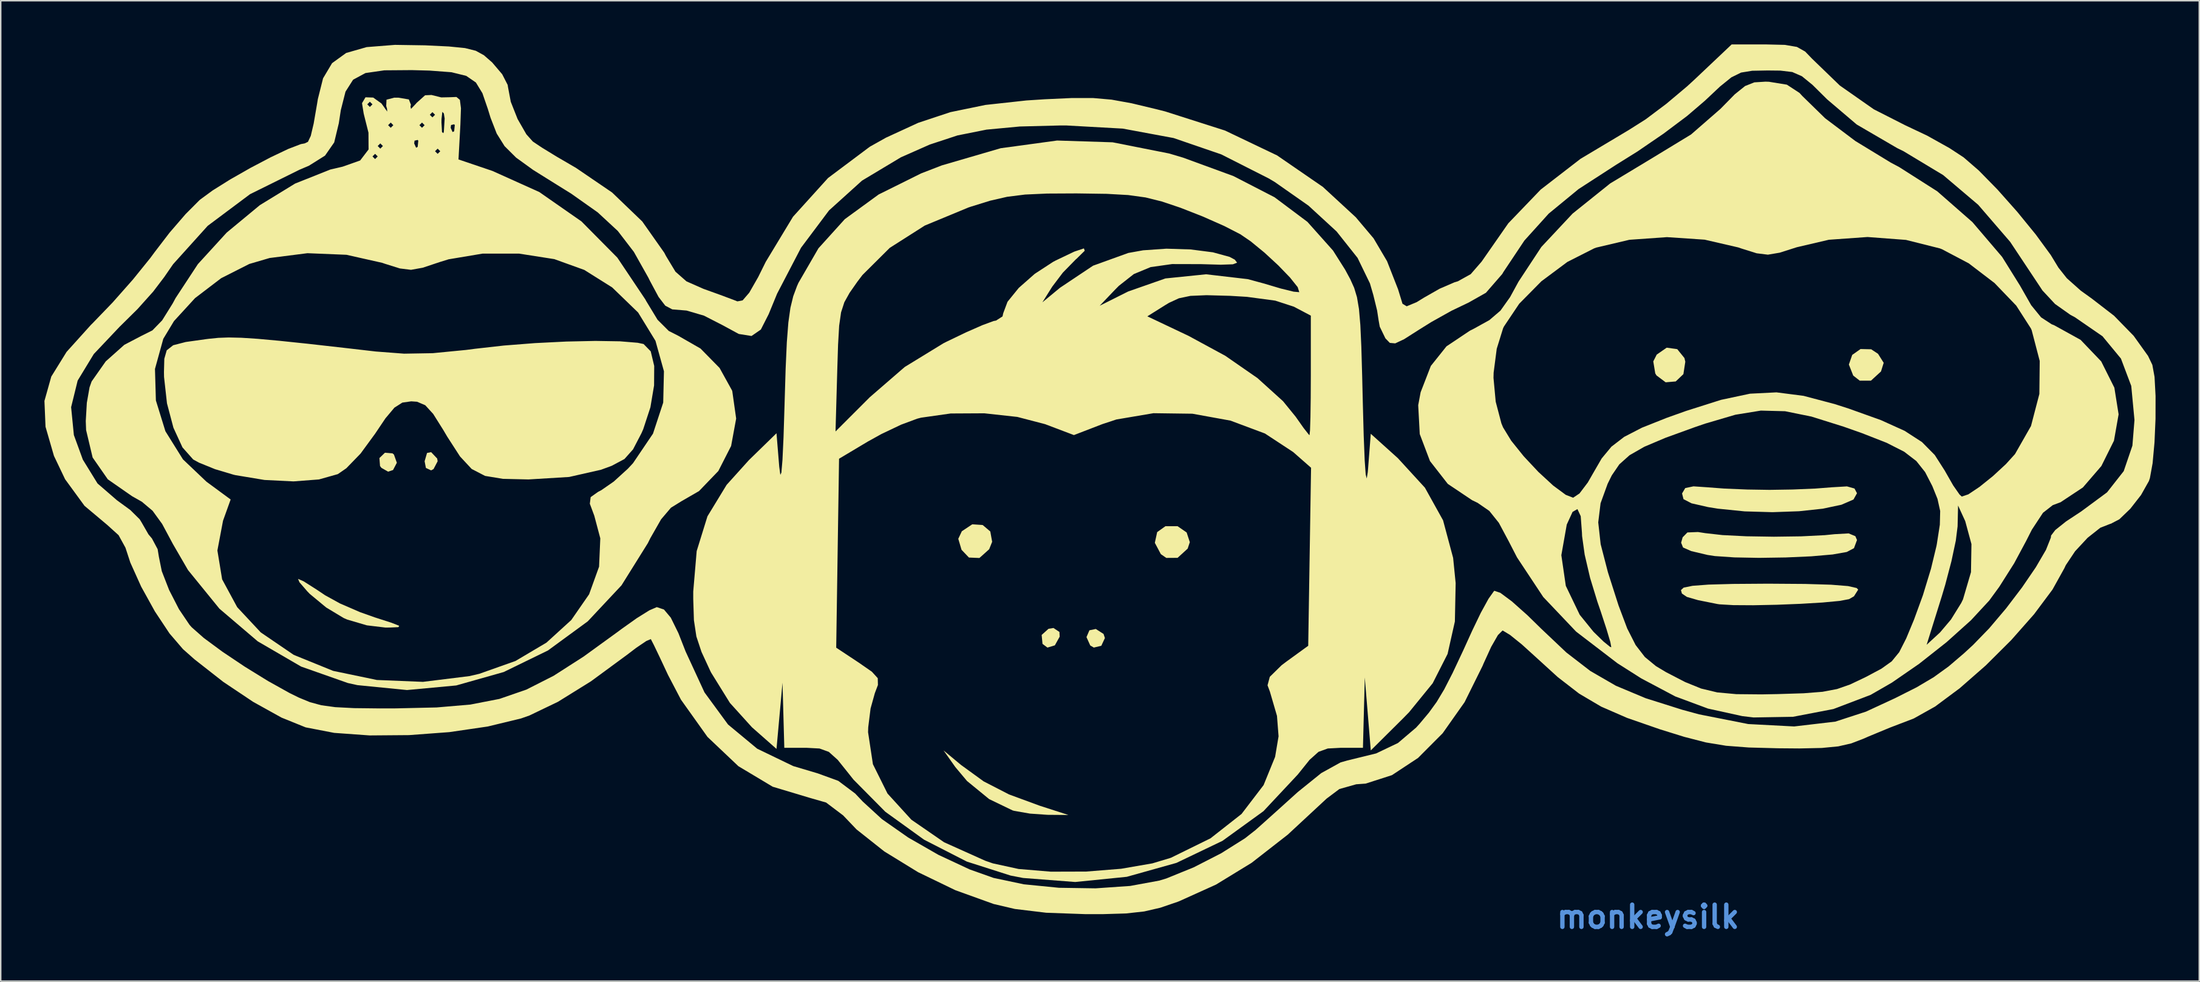
<source format=kicad_pcb>
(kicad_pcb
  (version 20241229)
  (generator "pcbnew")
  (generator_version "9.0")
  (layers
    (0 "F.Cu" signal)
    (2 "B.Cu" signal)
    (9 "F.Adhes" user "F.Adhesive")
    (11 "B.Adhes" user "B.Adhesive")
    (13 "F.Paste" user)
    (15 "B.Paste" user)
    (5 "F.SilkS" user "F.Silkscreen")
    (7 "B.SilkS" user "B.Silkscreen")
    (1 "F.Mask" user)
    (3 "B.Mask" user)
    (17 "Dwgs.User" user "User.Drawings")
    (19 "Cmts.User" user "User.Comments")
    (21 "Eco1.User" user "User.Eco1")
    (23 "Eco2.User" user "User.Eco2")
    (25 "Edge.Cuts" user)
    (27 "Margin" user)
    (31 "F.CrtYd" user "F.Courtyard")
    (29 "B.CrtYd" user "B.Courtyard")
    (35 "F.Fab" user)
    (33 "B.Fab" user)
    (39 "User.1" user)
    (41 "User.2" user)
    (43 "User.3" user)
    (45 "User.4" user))
  (footprint "monkeysilk"
    (layer "F.Cu")
    (at 70.808 28.262)
    (property "Reference" "monkeysilk" (at 39.241 31.637 0) (layer "Cmts.User") (effects (font (size 1.524 1.524) (thickness 0.3))))
    (attr board_only exclude_from_pos_files exclude_from_bom)
    (fp_poly (pts (xy -43.856 0.171) (xy -43.824 0.358) (xy -44.106 0.895) (xy -44.271 0.984) (xy -44.63 0.818) (xy -44.718 0.358) (xy -44.553 -0.21) (xy -44.271 -0.268)) (stroke (width 0) (type solid)) (fill yes) (layer "F.SilkS"))
    (fp_poly (pts (xy -1.153 12.079) (xy -1.136 12.402) (xy -1.467 12.998) (xy -1.976 13.152) (xy -2.314 12.898) (xy -2.373 12.284) (xy -1.903 11.862) (xy -1.563 11.806)) (stroke (width 0) (type solid)) (fill yes) (layer "F.SilkS"))
    (fp_poly (pts (xy 1.874 12.215) (xy 1.968 12.496) (xy 1.72 13.029) (xy 1.206 13.15) (xy 0.961 13.006) (xy 0.703 12.433) (xy 0.904 11.965) (xy 1.342 11.874)) (stroke (width 0) (type solid)) (fill yes) (layer "F.SilkS"))
    (fp_poly (pts (xy -46.923 -0.183) (xy -46.824 -0.103) (xy -46.624 0.461) (xy -46.885 0.96) (xy -47.223 1.073) (xy -47.681 0.813) (xy -47.778 0.684) (xy -47.82 0.139) (xy -47.442 -0.227)) (stroke (width 0) (type solid)) (fill yes) (layer "F.SilkS"))
    (fp_poly (pts (xy -6.419 4.737) (xy -5.898 5.18) (xy -5.77 5.887) (xy -5.974 6.399) (xy -6.643 7) (xy -7.364 6.97) (xy -7.871 6.438) (xy -8.095 5.683) (xy -7.851 5.164) (xy -7.136 4.689)) (stroke (width 0) (type solid)) (fill yes) (layer "F.SilkS"))
    (fp_poly (pts (xy 6.955 4.818) (xy 7.577 5.248) (xy 7.795 5.914) (xy 7.647 6.357) (xy 6.955 6.99) (xy 6.18 6.995) (xy 5.806 6.736) (xy 5.394 5.959) (xy 5.554 5.223) (xy 6.122 4.817)) (stroke (width 0) (type solid)) (fill yes) (layer "F.SilkS"))
    (fp_poly (pts (xy 54.555 -7.33) (xy 55.025 -7.018) (xy 55.413 -6.401) (xy 55.227 -5.807) (xy 54.537 -5.174) (xy 53.771 -5.174) (xy 53.321 -5.525) (xy 53.023 -6.282) (xy 53.252 -6.944) (xy 53.824 -7.347)) (stroke (width 0) (type solid)) (fill yes) (layer "F.SilkS"))
    (fp_poly (pts (xy 41.245 -7.339) (xy 41.739 -6.728) (xy 41.798 -6.476) (xy 41.667 -5.623) (xy 41.141 -5.122) (xy 40.45 -5.063) (xy 39.821 -5.534) (xy 39.736 -5.675) (xy 39.6 -6.498) (xy 39.837 -6.966) (xy 40.521 -7.44)) (stroke (width 0) (type solid)) (fill yes) (layer "F.SilkS"))
    (fp_poly (pts (xy -7.908 21.209) (xy -6.352 22.339) (xy -4.608 23.237) (xy -2.504 24.011) (xy -0.537 24.646) (xy -1.968 24.635) (xy -3.175 24.551) (xy -4.254 24.363) (xy -4.368 24.331) (xy -5.977 23.555) (xy -7.496 22.311) (xy -8.294 21.361) (xy -9.105 20.213)) (stroke (width 0) (type solid)) (fill yes) (layer "F.SilkS"))
    (fp_poly (pts (xy -53.021 8.602) (xy -52.117 9.177) (xy -51.549 9.559) (xy -50.525 10.123) (xy -49.16 10.715) (xy -48.15 11.074) (xy -46.993 11.447) (xy -46.464 11.655) (xy -46.512 11.748) (xy -47.083 11.774) (xy -47.401 11.778) (xy -48.683 11.624) (xy -50.024 11.23) (xy -50.263 11.127) (xy -51.469 10.402) (xy -52.6 9.465) (xy -52.768 9.291) (xy -53.307 8.668) (xy -53.404 8.435)) (stroke (width 0) (type solid)) (fill yes) (layer "F.SilkS"))
    (fp_poly (pts (xy 43.299 2.145) (xy 44.489 2.235) (xy 46.049 2.299) (xy 47.58 2.323) (xy 49.17 2.298) (xy 50.723 2.233) (xy 51.862 2.145) (xy 52.893 2.084) (xy 53.409 2.23) (xy 53.58 2.554) (xy 53.339 2.986) (xy 52.512 3.344) (xy 51.225 3.616) (xy 49.605 3.79) (xy 47.779 3.855) (xy 45.872 3.8) (xy 44.011 3.611) (xy 43.356 3.504) (xy 42.224 3.246) (xy 41.674 2.96) (xy 41.577 2.576) (xy 41.579 2.563) (xy 41.794 2.199) (xy 42.359 2.081)) (stroke (width 0) (type solid)) (fill yes) (layer "F.SilkS"))
    (fp_poly (pts (xy 43.179 5.296) (xy 44.353 5.428) (xy 46 5.51) (xy 47.878 5.539) (xy 49.748 5.514) (xy 51.369 5.433) (xy 52.043 5.366) (xy 53.008 5.312) (xy 53.468 5.503) (xy 53.581 5.767) (xy 53.373 6.327) (xy 52.874 6.589) (xy 51.908 6.759) (xy 50.441 6.886) (xy 48.686 6.964) (xy 46.856 6.991) (xy 45.165 6.96) (xy 43.826 6.868) (xy 43.327 6.792) (xy 42.201 6.526) (xy 41.642 6.278) (xy 41.511 5.95) (xy 41.615 5.58) (xy 41.942 5.246) (xy 42.666 5.217)) (stroke (width 0) (type solid)) (fill yes) (layer "F.SilkS"))
    (fp_poly (pts (xy 50.026 8.782) (xy 51.806 8.835) (xy 52.967 8.928) (xy 53.559 9.063) (xy 53.662 9.174) (xy 53.372 9.631) (xy 53.036 9.826) (xy 52.39 9.947) (xy 51.219 10.057) (xy 49.713 10.147) (xy 48.063 10.212) (xy 46.458 10.245) (xy 45.09 10.237) (xy 44.148 10.182) (xy 44.003 10.161) (xy 42.674 9.895) (xy 41.909 9.674) (xy 41.566 9.443) (xy 41.499 9.205) (xy 41.686 9.034) (xy 42.295 8.91) (xy 43.398 8.827) (xy 45.068 8.781) (xy 47.375 8.765) (xy 47.58 8.765)) (stroke (width 0) (type solid)) (fill yes) (layer "F.SilkS"))
    (fp_poly (pts (xy -57.29 -8.121) (xy -56.159 -8.047) (xy -54.676 -7.912) (xy -52.744 -7.71) (xy -50.269 -7.431) (xy -48.069 -7.177) (xy -46.13 -7.029) (xy -44.163 -7.062) (xy -41.871 -7.285) (xy -41.272 -7.363) (xy -39.289 -7.586) (xy -37.144 -7.754) (xy -34.995 -7.861) (xy -32.999 -7.904) (xy -31.313 -7.877) (xy -30.096 -7.777) (xy -29.691 -7.691) (xy -29.201 -7.189) (xy -28.962 -6.186) (xy -28.971 -4.849) (xy -29.223 -3.346) (xy -29.715 -1.844) (xy -29.84 -1.561) (xy -30.413 -0.46) (xy -31.004 0.205) (xy -31.876 0.67) (xy -32.609 0.94) (xy -34.8 1.437) (xy -37.577 1.606) (xy -37.615 1.606) (xy -39.344 1.566) (xy -40.57 1.364) (xy -41.488 0.889) (xy -42.289 0.028) (xy -43.166 -1.33) (xy -43.435 -1.786) (xy -44.129 -2.89) (xy -44.676 -3.49) (xy -45.236 -3.728) (xy -45.636 -3.756) (xy -46.247 -3.669) (xy -46.79 -3.323) (xy -47.406 -2.589) (xy -48.117 -1.531) (xy -49.112 -0.171) (xy -50.089 0.838) (xy -50.675 1.242) (xy -51.969 1.607) (xy -53.719 1.741) (xy -55.706 1.643) (xy -57.709 1.31) (xy -57.842 1.278) (xy -59.1 0.902) (xy -60.205 0.453) (xy -60.6 0.236) (xy -61.335 -0.592) (xy -61.956 -1.942) (xy -62.399 -3.618) (xy -62.6 -5.428) (xy -62.606 -5.765) (xy -62.582 -6.679) (xy -62.417 -7.259) (xy -61.972 -7.608) (xy -61.108 -7.831) (xy -59.685 -8.03) (xy -59.531 -8.049) (xy -58.88 -8.115) (xy -58.166 -8.141)) (stroke (width 0) (type solid)) (fill yes) (layer "F.SilkS"))
    (fp_poly (pts (xy -43.576 -24.624) (xy -42.99 -24.636) (xy -42.534 -24.654) (xy -42.297 -24.454) (xy -42.224 -23.877) (xy -42.263 -22.766) (xy -42.274 -22.554) (xy -42.393 -20.365) (xy -40.059 -19.573) (xy -36.849 -18.127) (xy -33.956 -16.111) (xy -31.492 -13.622) (xy -29.571 -10.753) (xy -29.514 -10.646) (xy -28.732 -9.356) (xy -27.964 -8.589) (xy -27.307 -8.255) (xy -25.786 -7.382) (xy -24.476 -6.048) (xy -23.623 -4.507) (xy -23.603 -4.445) (xy -23.338 -2.573) (xy -23.684 -0.691) (xy -24.56 1.027) (xy -25.887 2.406) (xy -27.068 3.088) (xy -27.812 3.547) (xy -28.489 4.345) (xy -29.226 5.636) (xy -29.399 5.983) (xy -31.206 8.878) (xy -33.521 11.348) (xy -36.249 13.347) (xy -39.29 14.83) (xy -42.549 15.752) (xy -45.928 16.067) (xy -49.329 15.73) (xy -49.987 15.585) (xy -53.194 14.455) (xy -56.172 12.722) (xy -58.8 10.481) (xy -60.955 7.83) (xy -61.991 6.043) (xy -62.73 4.663) (xy -63.385 3.76) (xy -64.121 3.139) (xy -64.795 2.757) (xy -66.46 1.599) (xy -67.501 0.102) (xy -67.949 -1.783) (xy -67.972 -2.402) (xy -67.899 -3.656) (xy -67.712 -4.721) (xy -67.57 -5.121) (xy -66.967 -5.98) (xy -63.223 -5.98) (xy -63.16 -3.817) (xy -62.506 -1.701) (xy -61.302 0.229) (xy -59.692 1.76) (xy -58.03 2.984) (xy -58.553 4.443) (xy -58.939 6.486) (xy -58.614 8.466) (xy -57.579 10.379) (xy -55.963 12.11) (xy -53.701 13.652) (xy -50.999 14.75) (xy -47.996 15.376) (xy -44.831 15.505) (xy -41.644 15.11) (xy -40.968 14.953) (xy -38.483 14.072) (xy -36.358 12.813) (xy -34.654 11.26) (xy -33.43 9.493) (xy -32.746 7.596) (xy -32.662 5.651) (xy -33.073 4.102) (xy -33.38 3.274) (xy -33.323 2.822) (xy -32.825 2.467) (xy -32.59 2.343) (xy -31.739 1.753) (xy -30.774 0.874) (xy -30.417 0.491) (xy -29.045 -1.539) (xy -28.344 -3.67) (xy -28.294 -5.821) (xy -28.875 -7.91) (xy -30.067 -9.855) (xy -31.847 -11.577) (xy -33.761 -12.779) (xy -35.816 -13.52) (xy -38.231 -13.898) (xy -40.738 -13.899) (xy -43.073 -13.508) (xy -43.694 -13.315) (xy -44.85 -12.93) (xy -45.652 -12.786) (xy -46.416 -12.88) (xy -47.462 -13.208) (xy -47.629 -13.266) (xy -50.082 -13.818) (xy -52.759 -13.927) (xy -55.355 -13.597) (xy -56.75 -13.188) (xy -58.682 -12.21) (xy -60.473 -10.843) (xy -61.918 -9.266) (xy -62.652 -8.049) (xy -63.223 -5.98) (xy -66.967 -5.98) (xy -66.601 -6.5) (xy -65.326 -7.637) (xy -64.164 -8.245) (xy -63.399 -8.628) (xy -62.731 -9.315) (xy -62.01 -10.473) (xy -61.808 -10.847) (xy -60.279 -13.176) (xy -58.301 -15.342) (xy -56.026 -17.226) (xy -53.605 -18.709) (xy -51.191 -19.671) (xy -50.343 -19.869) (xy -49.142 -20.294) (xy -48.931 -20.57) (xy -48.296 -20.57) (xy -48.117 -20.392) (xy -47.938 -20.57) (xy -48.117 -20.749) (xy -48.296 -20.57) (xy -48.931 -20.57) (xy -48.658 -20.928) (xy -44.003 -20.928) (xy -43.824 -20.749) (xy -43.645 -20.928) (xy -43.824 -21.107) (xy -44.003 -20.928) (xy -48.658 -20.928) (xy -48.564 -21.051) (xy -48.566 -21.286) (xy -47.938 -21.286) (xy -47.759 -21.107) (xy -47.58 -21.286) (xy -47.759 -21.465) (xy -45.434 -21.465) (xy -45.303 -21.17) (xy -45.195 -21.226) (xy -45.152 -21.651) (xy -45.195 -21.703) (xy -45.408 -21.654) (xy -45.434 -21.465) (xy -47.759 -21.465) (xy -47.938 -21.286) (xy -48.566 -21.286) (xy -48.571 -22.202) (xy -48.665 -22.579) (xy -48.7 -22.717) (xy -47.223 -22.717) (xy -47.044 -22.538) (xy -46.865 -22.717) (xy -45.076 -22.717) (xy -44.897 -22.538) (xy -44.718 -22.717) (xy -44.897 -22.896) (xy -43.562 -22.896) (xy -43.525 -22.245) (xy -43.432 -22.168) (xy -43.398 -22.27) (xy -43.382 -22.538) (xy -42.93 -22.538) (xy -42.799 -22.244) (xy -42.691 -22.3) (xy -42.648 -22.724) (xy -42.691 -22.777) (xy -42.904 -22.727) (xy -42.93 -22.538) (xy -43.382 -22.538) (xy -43.343 -23.177) (xy -43.398 -23.522) (xy -43.502 -23.633) (xy -43.559 -23.139) (xy -43.562 -22.896) (xy -44.897 -22.896) (xy -45.076 -22.717) (xy -46.865 -22.717) (xy -47.044 -22.896) (xy -47.223 -22.717) (xy -48.7 -22.717) (xy -48.879 -23.432) (xy -44.361 -23.432) (xy -44.182 -23.254) (xy -44.003 -23.432) (xy -44.182 -23.611) (xy -44.361 -23.432) (xy -48.879 -23.432) (xy -48.901 -23.524) (xy -49.002 -24.148) (xy -48.654 -24.148) (xy -48.475 -23.969) (xy -48.296 -24.148) (xy -48.475 -24.327) (xy -48.654 -24.148) (xy -49.002 -24.148) (xy -49.01 -24.2) (xy -49.011 -24.235) (xy -48.776 -24.632) (xy -48.246 -24.613) (xy -47.682 -24.209) (xy -47.571 -24.058) (xy -47.285 -23.651) (xy -47.299 -23.851) (xy -47.354 -24.034) (xy -47.334 -24.467) (xy -46.802 -24.607) (xy -46.518 -24.606) (xy -45.8 -24.485) (xy -45.657 -24.119) (xy -45.688 -24.005) (xy -45.654 -23.835) (xy -45.31 -24.197) (xy -45.274 -24.243) (xy -44.686 -24.77) (xy -44.247 -24.791)) (stroke (width 0) (type solid)) (fill yes) (layer "F.SilkS"))
    (fp_poly (pts (xy 47.538 -25.698) (xy 48.767 -25.499) (xy 49.635 -24.932) (xy 49.834 -24.715) (xy 51.395 -23.191) (xy 53.473 -21.626) (xy 55.891 -20.152) (xy 56.486 -19.834) (xy 59.087 -18.177) (xy 61.501 -16.062) (xy 63.539 -13.674) (xy 64.761 -11.713) (xy 65.535 -10.356) (xy 66.215 -9.521) (xy 66.936 -9.05) (xy 67.112 -8.98) (xy 68.926 -7.977) (xy 70.339 -6.499) (xy 71.243 -4.693) (xy 71.534 -2.862) (xy 71.215 -1.052) (xy 70.352 0.685) (xy 69.083 2.157) (xy 67.549 3.173) (xy 67.014 3.373) (xy 66.345 3.896) (xy 65.581 5.057) (xy 65.19 5.829) (xy 64.366 7.365) (xy 63.347 8.975) (xy 62.656 9.922) (xy 61.405 11.273) (xy 59.731 12.777) (xy 57.85 14.262) (xy 55.976 15.557) (xy 54.515 16.399) (xy 51.961 17.371) (xy 49.187 17.904) (xy 46.484 17.949) (xy 45.707 17.857) (xy 43.351 17.339) (xy 41.113 16.507) (xy 38.776 15.268) (xy 37.14 14.228) (xy 34.302 12.053) (xy 32.048 9.678) (xy 30.248 6.958) (xy 30.171 6.808) (xy 33.291 6.808) (xy 33.597 8.911) (xy 34.552 10.899) (xy 35.5 12.069) (xy 36.188 12.739) (xy 36.638 13.104) (xy 36.719 13.127) (xy 36.653 12.77) (xy 36.394 11.895) (xy 35.991 10.662) (xy 35.764 10.002) (xy 35.264 8.365) (xy 34.892 6.769) (xy 34.714 5.493) (xy 34.706 5.277) (xy 34.652 4.554) (xy 35.823 4.554) (xy 35.989 6.054) (xy 36.482 7.958) (xy 36.526 8.101) (xy 37.215 10.255) (xy 37.811 11.839) (xy 38.389 12.978) (xy 39.023 13.799) (xy 39.785 14.426) (xy 40.482 14.843) (xy 41.782 15.516) (xy 42.883 15.964) (xy 43.988 16.229) (xy 45.299 16.349) (xy 47.02 16.365) (xy 48.117 16.345) (xy 49.92 16.289) (xy 51.215 16.187) (xy 52.209 15.999) (xy 53.108 15.685) (xy 54.121 15.204) (xy 54.199 15.164) (xy 55.255 14.602) (xy 55.963 14.097) (xy 56.479 13.465) (xy 56.736 12.959) (xy 58.36 12.959) (xy 59.278 12.114) (xy 60.029 11.226) (xy 60.731 10.094) (xy 60.856 9.838) (xy 61.403 7.974) (xy 61.435 6.045) (xy 61.009 4.472) (xy 60.517 3.399) (xy 60.484 4.83) (xy 60.362 5.807) (xy 60.061 7.223) (xy 59.636 8.838) (xy 59.406 9.61) (xy 58.36 12.959) (xy 56.736 12.959) (xy 56.959 12.519) (xy 57.491 11.239) (xy 58.107 9.548) (xy 58.658 7.739) (xy 59.034 6.179) (xy 59.057 6.058) (xy 59.266 4.714) (xy 59.289 3.773) (xy 59.105 2.942) (xy 58.75 2.063) (xy 58.255 1.102) (xy 57.653 0.344) (xy 56.816 -0.298) (xy 55.616 -0.908) (xy 53.927 -1.57) (xy 52.661 -2.017) (xy 50.457 -2.709) (xy 48.644 -3.077) (xy 46.982 -3.12) (xy 45.234 -2.836) (xy 43.159 -2.225) (xy 42.446 -1.981) (xy 40.435 -1.251) (xy 38.985 -0.637) (xy 37.973 -0.057) (xy 37.271 0.57) (xy 36.755 1.325) (xy 36.468 1.906) (xy 35.983 3.243) (xy 35.823 4.554) (xy 34.652 4.554) (xy 34.621 4.13) (xy 34.395 3.643) (xy 34.063 3.833) (xy 33.663 4.704) (xy 33.291 6.808) (xy 30.171 6.808) (xy 29.689 5.872) (xy 29.001 4.584) (xy 28.348 3.768) (xy 27.545 3.214) (xy 27.163 3.029) (xy 25.498 1.912) (xy 24.276 0.345) (xy 23.574 -1.509) (xy 23.468 -3.491) (xy 23.634 -4.379) (xy 24.017 -5.366) (xy 28.635 -5.366) (xy 28.786 -3.734) (xy 29.178 -2.24) (xy 29.291 -1.968) (xy 29.85 -1.053) (xy 30.71 0.017) (xy 31.719 1.094) (xy 32.729 2.025) (xy 33.591 2.663) (xy 34.101 2.862) (xy 34.538 2.568) (xy 35.108 1.814) (xy 35.46 1.2) (xy 36.058 0.166) (xy 36.728 -0.643) (xy 37.605 -1.317) (xy 38.822 -1.946) (xy 40.513 -2.619) (xy 41.856 -3.098) (xy 44.25 -3.858) (xy 46.239 -4.281) (xy 48.052 -4.372) (xy 49.913 -4.133) (xy 52.05 -3.568) (xy 53.018 -3.256) (xy 55.22 -2.467) (xy 56.85 -1.73) (xy 58.039 -0.96) (xy 58.917 -0.071) (xy 59.616 1.022) (xy 59.643 1.073) (xy 60.18 2.014) (xy 60.617 2.642) (xy 60.771 2.782) (xy 61.219 2.631) (xy 61.992 2.115) (xy 62.912 1.375) (xy 63.799 0.555) (xy 64.423 -0.134) (xy 65.521 -2.06) (xy 66.096 -4.263) (xy 66.12 -6.528) (xy 65.568 -8.64) (xy 65.512 -8.765) (xy 64.507 -10.33) (xy 63.016 -11.881) (xy 61.248 -13.232) (xy 59.411 -14.201) (xy 59.265 -14.257) (xy 56.941 -14.84) (xy 54.304 -15.039) (xy 51.647 -14.85) (xy 49.445 -14.335) (xy 48.277 -13.963) (xy 47.466 -13.826) (xy 46.696 -13.921) (xy 45.646 -14.25) (xy 45.431 -14.324) (xy 43.127 -14.856) (xy 40.539 -15.03) (xy 37.96 -14.848) (xy 35.687 -14.312) (xy 35.538 -14.257) (xy 33.705 -13.328) (xy 31.924 -12.001) (xy 30.402 -10.46) (xy 29.349 -8.889) (xy 29.291 -8.765) (xy 28.857 -7.365) (xy 28.644 -5.724) (xy 28.635 -5.366) (xy 24.017 -5.366) (xy 24.334 -6.186) (xy 25.408 -7.532) (xy 27.014 -8.605) (xy 27.287 -8.743) (xy 28.353 -9.333) (xy 29.113 -9.984) (xy 29.773 -10.913) (xy 30.351 -11.972) (xy 31.918 -14.354) (xy 34.061 -16.645) (xy 36.642 -18.716) (xy 39.362 -20.357) (xy 42.193 -22.079) (xy 44.21 -23.836) (xy 45.191 -24.835) (xy 45.9 -25.405) (xy 46.537 -25.658) (xy 47.301 -25.705)) (stroke (width 0) (type solid)) (fill yes) (layer "F.SilkS"))
    (fp_poly (pts (xy 2.498 -21.541) (xy 6.364 -20.775) (xy 7.334 -20.488) (xy 10.789 -19.222) (xy 13.61 -17.768) (xy 15.865 -16.079) (xy 17.622 -14.11) (xy 18.449 -12.803) (xy 18.806 -12.142) (xy 19.073 -11.549) (xy 19.267 -10.905) (xy 19.403 -10.094) (xy 19.497 -8.999) (xy 19.565 -7.503) (xy 19.623 -5.489) (xy 19.664 -3.756) (xy 19.728 -1.393) (xy 19.795 0.282) (xy 19.864 1.262) (xy 19.935 1.54) (xy 20.007 1.111) (xy 20.022 0.935) (xy 20.213 -1.528) (xy 22.073 0.147) (xy 23.93 2.175) (xy 25.174 4.414) (xy 25.865 6.994) (xy 26.038 8.726) (xy 25.985 11.36) (xy 25.484 13.589) (xy 24.461 15.602) (xy 22.843 17.589) (xy 22.4 18.041) (xy 20.214 20.213) (xy 20.008 17.708) (xy 19.802 15.204) (xy 19.739 17.619) (xy 19.676 20.034) (xy 18.14 20.034) (xy 17.262 20.08) (xy 16.626 20.31) (xy 16.015 20.858) (xy 15.212 21.858) (xy 15.208 21.864) (xy 12.847 24.386) (xy 10.035 26.422) (xy 6.874 27.936) (xy 3.471 28.89) (xy -0.07 29.247) (xy -3.645 28.971) (xy -4.507 28.804) (xy -7.511 27.844) (xy -10.443 26.342) (xy -13.102 24.424) (xy -15.29 22.213) (xy -15.566 21.864) (xy -16.369 20.861) (xy -16.981 20.312) (xy -17.617 20.081) (xy -18.493 20.034) (xy -18.497 20.034) (xy -20.034 20.034) (xy -20.096 17.798) (xy -20.157 15.562) (xy -20.364 17.835) (xy -20.57 20.109) (xy -22.257 18.621) (xy -23.766 16.952) (xy -25.055 14.872) (xy -25.119 14.745) (xy -25.716 13.451) (xy -25.813 13.159) (xy -16.472 13.159) (xy -14.92 14.187) (xy -14.023 14.81) (xy -13.621 15.253) (xy -13.609 15.719) (xy -13.822 16.283) (xy -14.114 17.334) (xy -14.275 18.623) (xy -14.286 18.961) (xy -13.953 21.159) (xy -12.952 23.173) (xy -11.313 24.971) (xy -9.066 26.52) (xy -6.244 27.788) (xy -5.724 27.968) (xy -3.958 28.353) (xy -1.744 28.538) (xy 0.682 28.531) (xy 3.083 28.338) (xy 5.224 27.968) (xy 6.491 27.587) (xy 9.212 26.25) (xy 11.343 24.577) (xy 12.857 22.595) (xy 13.648 20.654) (xy 13.885 19.243) (xy 13.776 17.84) (xy 13.291 16.177) (xy 13.128 15.741) (xy 13.283 15.159) (xy 14.094 14.363) (xy 14.421 14.116) (xy 15.92 13.028) (xy 16.017 6.916) (xy 16.115 0.804) (xy 14.884 -0.277) (xy 12.951 -1.547) (xy 10.584 -2.432) (xy 7.971 -2.906) (xy 5.299 -2.941) (xy 2.755 -2.51) (xy 1.799 -2.194) (xy -0.159 -1.439) (xy -2.137 -2.189) (xy -4.044 -2.686) (xy -6.31 -2.934) (xy -8.617 -2.922) (xy -10.648 -2.634) (xy -10.911 -2.566) (xy -12.016 -2.155) (xy -13.368 -1.512) (xy -14.31 -0.99) (xy -16.277 0.185) (xy -16.375 6.672) (xy -16.472 13.159) (xy -25.813 13.159) (xy -26.068 12.39) (xy -26.237 11.27) (xy -26.284 9.804) (xy -26.284 9.308) (xy -26.047 6.524) (xy -25.308 4.139) (xy -23.993 1.979) (xy -22.465 0.283) (xy -20.57 -1.565) (xy -20.382 0.738) (xy -20.307 1.291) (xy -20.233 1.133) (xy -20.16 0.269) (xy -20.087 -1.298) (xy -20.075 -1.687) (xy -16.519 -1.687) (xy -14.167 -4.039) (xy -11.769 -6.115) (xy -9.111 -7.743) (xy -8.907 -7.846) (xy -7.562 -8.493) (xy -6.426 -8.992) (xy -5.672 -9.269) (xy -5.504 -9.301) (xy -5.059 -9.586) (xy -5.058 -9.592) (xy 4.88 -9.592) (xy 7.717 -8.246) (xy 10.23 -6.882) (xy 12.439 -5.351) (xy 14.193 -3.764) (xy 15.059 -2.699) (xy 15.604 -1.926) (xy 15.956 -1.478) (xy 16.009 -1.433) (xy 16.044 -1.767) (xy 16.073 -2.674) (xy 16.092 -4.014) (xy 16.099 -5.536) (xy 16.099 -9.641) (xy 14.936 -10.254) (xy 13.659 -10.67) (xy 11.71 -10.931) (xy 10.554 -11) (xy 8.939 -11.044) (xy 7.836 -10.997) (xy 7.044 -10.831) (xy 6.363 -10.517) (xy 6.107 -10.362) (xy 4.88 -9.592) (xy -5.058 -9.592) (xy -5.008 -9.811) (xy -4.716 -10.592) (xy -3.944 -11.544) (xy -2.848 -12.51) (xy -1.583 -13.335) (xy -1.396 -13.433) (xy -0.133 -14.036) (xy 0.527 -14.257) (xy 0.582 -14.096) (xy 0.032 -13.554) (xy -0.04 -13.492) (xy -0.919 -12.593) (xy -1.649 -11.627) (xy -2.323 -10.554) (xy -1.114 -11.554) (xy 1.153 -13.069) (xy 3.571 -13.943) (xy 4.59 -14.126) (xy 6.187 -14.237) (xy 7.858 -14.184) (xy 9.379 -13.988) (xy 10.525 -13.674) (xy 10.88 -13.484) (xy 11.04 -13.277) (xy 10.749 -13.165) (xy 9.918 -13.137) (xy 8.559 -13.176) (xy 6.578 -13.181) (xy 5.107 -12.973) (xy 3.953 -12.495) (xy 2.927 -11.688) (xy 2.636 -11.394) (xy 1.61 -10.319) (xy 3.568 -11.3) (xy 6.122 -12.194) (xy 8.909 -12.479) (xy 11.772 -12.146) (xy 12.864 -11.85) (xy 14.041 -11.501) (xy 14.917 -11.286) (xy 15.305 -11.251) (xy 15.306 -11.252) (xy 15.196 -11.599) (xy 14.669 -12.258) (xy 13.863 -13.093) (xy 12.917 -13.967) (xy 11.972 -14.742) (xy 11.261 -15.228) (xy 10.157 -15.795) (xy 8.686 -16.446) (xy 7.161 -17.044) (xy 7.117 -17.06) (xy 5.874 -17.477) (xy 4.76 -17.755) (xy 3.566 -17.92) (xy 2.084 -18.003) (xy 0.106 -18.031) (xy 0 -18.032) (xy -2.004 -18.022) (xy -3.512 -17.954) (xy -4.741 -17.8) (xy -5.91 -17.532) (xy -7.237 -17.12) (xy -7.393 -17.068) (xy -10.395 -15.824) (xy -12.796 -14.295) (xy -14.67 -12.431) (xy -15.025 -11.963) (xy -15.556 -11.203) (xy -15.914 -10.56) (xy -16.139 -9.864) (xy -16.27 -8.946) (xy -16.345 -7.637) (xy -16.398 -5.954) (xy -16.519 -1.687) (xy -20.075 -1.687) (xy -20.016 -3.562) (xy -20.016 -3.577) (xy -19.943 -5.992) (xy -19.861 -7.815) (xy -19.756 -9.17) (xy -19.614 -10.181) (xy -19.421 -10.973) (xy -19.163 -11.668) (xy -19.065 -11.889) (xy -17.692 -14.262) (xy -15.883 -16.264) (xy -13.56 -17.958) (xy -10.647 -19.405) (xy -9.228 -19.955) (xy -5.185 -21.135) (xy -1.314 -21.663)) (stroke (width 0) (type solid)) (fill yes) (layer "F.SilkS"))
    (fp_poly (pts (xy 48.632 -28.231) (xy 49.456 -28.091) (xy 50.024 -27.772) (xy 50.5 -27.278) (xy 52.403 -25.439) (xy 54.736 -23.806) (xy 56.882 -22.715) (xy 58.392 -22.001) (xy 59.922 -21.147) (xy 60.895 -20.509) (xy 61.94 -19.605) (xy 63.221 -18.297) (xy 64.576 -16.771) (xy 65.848 -15.212) (xy 66.877 -13.805) (xy 67.407 -12.933) (xy 67.982 -12.207) (xy 68.937 -11.356) (xy 69.707 -10.802) (xy 71.222 -9.632) (xy 72.567 -8.254) (xy 73.553 -6.876) (xy 73.849 -6.261) (xy 74 -5.435) (xy 74.07 -4.122) (xy 74.067 -2.547) (xy 73.997 -0.934) (xy 73.867 0.494) (xy 73.682 1.513) (xy 73.614 1.715) (xy 73.074 2.675) (xy 72.339 3.617) (xy 71.588 4.341) (xy 70.998 4.65) (xy 70.973 4.651) (xy 70.278 4.924) (xy 69.405 5.615) (xy 68.549 6.536) (xy 67.908 7.496) (xy 67.809 7.708) (xy 66.996 9.17) (xy 65.736 10.858) (xy 64.165 12.638) (xy 62.419 14.377) (xy 60.632 15.942) (xy 58.941 17.2) (xy 57.48 18.018) (xy 57.239 18.112) (xy 55.848 18.644) (xy 54.376 19.254) (xy 54.02 19.41) (xy 53.187 19.73) (xy 52.294 19.935) (xy 51.165 20.044) (xy 49.623 20.077) (xy 48.149 20.065) (xy 46.152 20.012) (xy 44.598 19.893) (xy 43.215 19.665) (xy 41.732 19.283) (xy 40.055 18.762) (xy 37.8 17.979) (xy 36.026 17.206) (xy 34.515 16.315) (xy 33.045 15.178) (xy 31.565 13.829) (xy 30.582 12.937) (xy 29.769 12.282) (xy 29.283 11.989) (xy 29.25 11.985) (xy 28.94 12.292) (xy 28.475 13.104) (xy 27.951 14.252) (xy 27.887 14.406) (xy 26.652 16.899) (xy 25.147 19.033) (xy 23.456 20.73) (xy 21.667 21.91) (xy 19.863 22.491) (xy 19.213 22.538) (xy 18.058 22.864) (xy 17.181 23.522) (xy 14.515 25.997) (xy 12.033 27.932) (xy 9.594 29.424) (xy 7.059 30.569) (xy 6.949 30.611) (xy 5.768 31.014) (xy 4.664 31.269) (xy 3.416 31.407) (xy 1.804 31.455) (xy 0.618 31.454) (xy -2.063 31.358) (xy -4.21 31.099) (xy -5.669 30.757) (xy -8.293 29.811) (xy -10.853 28.573) (xy -13.174 27.147) (xy -15.076 25.639) (xy -15.998 24.673) (xy -17.165 23.791) (xy -18.301 23.465) (xy -20.831 22.705) (xy -23.187 21.294) (xy -25.306 19.285) (xy -27.124 16.732) (xy -28.017 15.025) (xy -28.559 13.867) (xy -28.977 12.993) (xy -29.189 12.579) (xy -29.195 12.571) (xy -29.505 12.7) (xy -30.197 13.169) (xy -30.836 13.655) (xy -33.297 15.464) (xy -35.565 16.873) (xy -37.53 17.817) (xy -38.1 18.017) (xy -40.388 18.571) (xy -43.019 18.956) (xy -45.79 19.162) (xy -48.493 19.183) (xy -50.925 19.008) (xy -52.88 18.63) (xy -52.887 18.628) (xy -54.537 17.96) (xy -56.482 16.88) (xy -58.533 15.508) (xy -60.505 13.963) (xy -61.301 13.258) (xy -62.225 12.182) (xy -63.228 10.67) (xy -64.171 8.965) (xy -64.915 7.313) (xy -65.249 6.292) (xy -65.72 5.434) (xy -66.499 4.729) (xy -68.059 3.418) (xy -69.391 1.593) (xy -70.155 -0.009) (xy -70.734 -2.011) (xy -70.79 -3.355) (xy -68.977 -3.355) (xy -68.789 -1.442) (xy -68.173 0.247) (xy -67.164 1.885) (xy -65.834 3.035) (xy -64.914 3.708) (xy -64.27 4.345) (xy -64.129 4.577) (xy -63.668 5.379) (xy -63.431 5.66) (xy -63.04 6.394) (xy -62.956 6.912) (xy -62.755 7.905) (xy -62.253 9.196) (xy -61.577 10.514) (xy -60.854 11.585) (xy -60.705 11.755) (xy -59.875 12.489) (xy -58.6 13.431) (xy -57.068 14.458) (xy -55.468 15.446) (xy -53.988 16.271) (xy -53.357 16.582) (xy -52.598 16.896) (xy -51.815 17.11) (xy -50.854 17.242) (xy -49.562 17.309) (xy -47.784 17.329) (xy -46.686 17.326) (xy -43.895 17.262) (xy -41.582 17.065) (xy -39.583 16.676) (xy -37.732 16.036) (xy -35.864 15.088) (xy -33.813 13.773) (xy -31.415 12.034) (xy -31.23 11.895) (xy -30.168 11.139) (xy -29.294 10.594) (xy -28.79 10.375) (xy -28.78 10.375) (xy -28.293 10.538) (xy -27.823 11.099) (xy -27.3 12.163) (xy -26.807 13.42) (xy -25.511 16.229) (xy -23.896 18.433) (xy -21.891 20.097) (xy -19.424 21.287) (xy -17.735 21.79) (xy -16.33 22.302) (xy -15.168 23.175) (xy -14.652 23.722) (xy -13.333 24.932) (xy -11.53 26.194) (xy -9.452 27.386) (xy -7.311 28.385) (xy -5.677 28.966) (xy -3.601 29.405) (xy -1.188 29.644) (xy 1.326 29.682) (xy 3.701 29.518) (xy 5.699 29.151) (xy 6.187 29.003) (xy 8.064 28.239) (xy 9.951 27.272) (xy 11.577 26.249) (xy 12.302 25.68) (xy 12.928 25.121) (xy 13.894 24.253) (xy 15.008 23.247) (xy 15.204 23.07) (xy 16.816 21.769) (xy 18.141 21.036) (xy 18.603 20.904) (xy 20.581 20.419) (xy 22.08 19.704) (xy 23.327 18.643) (xy 23.57 18.374) (xy 24.202 17.62) (xy 24.734 16.886) (xy 25.25 16.026) (xy 25.829 14.896) (xy 26.555 13.352) (xy 27.172 11.994) (xy 27.763 10.765) (xy 28.293 9.8) (xy 28.66 9.283) (xy 28.698 9.253) (xy 29.104 9.392) (xy 29.893 9.978) (xy 30.965 10.932) (xy 31.921 11.867) (xy 33.635 13.489) (xy 35.28 14.758) (xy 37.033 15.772) (xy 39.071 16.626) (xy 41.573 17.417) (xy 42.741 17.736) (xy 46.116 18.402) (xy 49.269 18.567) (xy 52.097 18.235) (xy 54.199 17.549) (xy 56.18 16.632) (xy 57.672 15.88) (xy 58.844 15.186) (xy 59.869 14.445) (xy 60.918 13.549) (xy 61.547 12.97) (xy 62.651 11.832) (xy 63.806 10.468) (xy 64.908 9.02) (xy 65.856 7.631) (xy 66.548 6.445) (xy 66.883 5.603) (xy 66.899 5.46) (xy 67.183 5.085) (xy 67.929 4.489) (xy 68.967 3.804) (xy 70.741 2.493) (xy 71.885 1.036) (xy 72.481 -0.713) (xy 72.623 -2.475) (xy 72.402 -4.813) (xy 71.694 -6.691) (xy 70.428 -8.225) (xy 68.533 -9.531) (xy 68.226 -9.695) (xy 67.171 -10.441) (xy 66.304 -11.372) (xy 66.187 -11.552) (xy 64.091 -14.708) (xy 61.897 -17.252) (xy 59.495 -19.29) (xy 56.78 -20.926) (xy 56.344 -21.141) (xy 53.562 -22.763) (xy 51.527 -24.494) (xy 50.523 -25.489) (xy 49.8 -26.078) (xy 49.138 -26.367) (xy 48.319 -26.464) (xy 47.444 -26.473) (xy 46.387 -26.454) (xy 45.628 -26.33) (xy 44.961 -26.003) (xy 44.182 -25.373) (xy 43.139 -24.392) (xy 41.923 -23.351) (xy 40.305 -22.136) (xy 38.513 -20.91) (xy 37.068 -20.009) (xy 34.475 -18.331) (xy 32.424 -16.644) (xy 30.756 -14.796) (xy 29.314 -12.634) (xy 29.235 -12.498) (xy 28.115 -11.209) (xy 26.936 -10.542) (xy 25.752 -9.975) (xy 24.367 -9.2) (xy 23.536 -8.682) (xy 22.506 -8.026) (xy 21.891 -7.736) (xy 21.52 -7.768) (xy 21.221 -8.077) (xy 21.212 -8.09) (xy 20.829 -8.881) (xy 20.749 -9.329) (xy 20.647 -9.997) (xy 20.386 -11.063) (xy 20.156 -11.854) (xy 19.306 -13.606) (xy 17.865 -15.422) (xy 15.937 -17.194) (xy 13.627 -18.813) (xy 13.223 -19.054) (xy 9.959 -20.709) (xy 6.68 -21.835) (xy 3.194 -22.482) (xy -0.691 -22.698) (xy -1.073 -22.698) (xy -3.867 -22.627) (xy -6.157 -22.412) (xy -8.151 -22.013) (xy -10.051 -21.387) (xy -12.035 -20.51) (xy -14.699 -18.912) (xy -16.963 -16.866) (xy -18.886 -14.302) (xy -20.528 -11.149) (xy -21.107 -9.74) (xy -21.644 -8.685) (xy -22.284 -8.243) (xy -23.16 -8.382) (xy -24.274 -8.987) (xy -25.548 -9.64) (xy -26.74 -9.989) (xy -27.075 -10.017) (xy -27.723 -10.07) (xy -28.204 -10.325) (xy -28.663 -10.924) (xy -29.245 -12.008) (xy -29.367 -12.253) (xy -30.358 -14.016) (xy -31.461 -15.454) (xy -32.841 -16.732) (xy -34.66 -18.017) (xy -35.611 -18.608) (xy -37.277 -19.649) (xy -38.441 -20.491) (xy -39.229 -21.275) (xy -39.771 -22.141) (xy -40.193 -23.227) (xy -40.378 -23.827) (xy -40.751 -24.912) (xy -41.199 -25.647) (xy -41.862 -26.103) (xy -42.878 -26.353) (xy -44.386 -26.466) (xy -45.594 -26.498) (xy -47.478 -26.484) (xy -48.779 -26.296) (xy -49.626 -25.839) (xy -50.147 -25.02) (xy -50.47 -23.746) (xy -50.607 -22.848) (xy -50.923 -21.533) (xy -51.553 -20.627) (xy -52.661 -19.932) (xy -53.304 -19.659) (xy -56.7 -17.978) (xy -59.604 -15.806) (xy -61.978 -13.172) (xy -62.588 -12.287) (xy -63.344 -11.292) (xy -64.42 -10.091) (xy -65.589 -8.935) (xy -65.637 -8.89) (xy -67.422 -7.002) (xy -68.528 -5.182) (xy -68.977 -3.355) (xy -70.79 -3.355) (xy -70.808 -3.784) (xy -70.339 -5.455) (xy -69.29 -7.15) (xy -67.625 -8.998) (xy -67.495 -9.126) (xy -66.131 -10.541) (xy -64.734 -12.122) (xy -63.547 -13.592) (xy -63.236 -14.013) (xy -62.217 -15.342) (xy -61.122 -16.611) (xy -60.177 -17.56) (xy -60.112 -17.616) (xy -59.264 -18.237) (xy -58.064 -18.988) (xy -56.684 -19.775) (xy -55.299 -20.504) (xy -54.082 -21.083) (xy -53.208 -21.418) (xy -52.952 -21.465) (xy -52.725 -21.573) (xy -52.531 -21.982) (xy -52.333 -22.823) (xy -52.091 -24.225) (xy -52.046 -24.506) (xy -51.688 -25.934) (xy -51.07 -26.975) (xy -50.103 -27.675) (xy -48.695 -28.078) (xy -46.757 -28.231) (xy -44.692 -28.2) (xy -43.049 -28.121) (xy -41.946 -28.011) (xy -41.205 -27.826) (xy -40.651 -27.52) (xy -40.108 -27.048) (xy -40.078 -27.02) (xy -39.394 -26.215) (xy -39.019 -25.484) (xy -38.994 -25.322) (xy -38.805 -24.322) (xy -38.336 -23.137) (xy -37.735 -22.09) (xy -37.291 -21.594) (xy -36.68 -21.184) (xy -35.656 -20.557) (xy -34.434 -19.845) (xy -34.344 -19.794) (xy -31.853 -18.096) (xy -29.782 -16.106) (xy -28.272 -13.961) (xy -28.149 -13.727) (xy -27.503 -12.657) (xy -26.75 -11.995) (xy -25.594 -11.484) (xy -25.556 -11.47) (xy -24.439 -11.067) (xy -23.549 -10.735) (xy -23.254 -10.619) (xy -22.895 -10.687) (xy -22.438 -11.218) (xy -21.826 -12.289) (xy -21.307 -13.336) (xy -19.438 -16.429) (xy -17.033 -19.089) (xy -14.167 -21.237) (xy -13.056 -21.86) (xy -10.84 -22.88) (xy -8.636 -23.612) (xy -6.232 -24.107) (xy -3.417 -24.415) (xy -2.146 -24.497) (xy -0.285 -24.582) (xy 1.153 -24.581) (xy 2.426 -24.47) (xy 3.796 -24.222) (xy 5.52 -23.809) (xy 6.103 -23.661) (xy 10.21 -22.349) (xy 13.786 -20.64) (xy 16.927 -18.478) (xy 19.184 -16.396) (xy 20.407 -14.946) (xy 21.33 -13.38) (xy 22.086 -11.449) (xy 22.391 -10.454) (xy 22.678 -10.282) (xy 23.365 -10.567) (xy 23.872 -10.88) (xy 24.943 -11.49) (xy 25.956 -11.928) (xy 26.19 -11.998) (xy 27.07 -12.487) (xy 27.823 -13.354) (xy 27.827 -13.361) (xy 29.651 -15.98) (xy 31.874 -18.295) (xy 34.602 -20.403) (xy 37.914 -22.382) (xy 39.078 -23.119) (xy 40.495 -24.183) (xy 41.924 -25.385) (xy 42.427 -25.847) (xy 44.98 -28.262) (xy 47.322 -28.262)) (stroke (width 0) (type solid)) (fill yes) (layer "F.SilkS")))
  (gr_rect
    (start -3 -3)
    (end 147.878 64.317)
    (stroke (width 0.1) (type default))
    (fill no)
    (layer "Edge.Cuts")))
</source>
